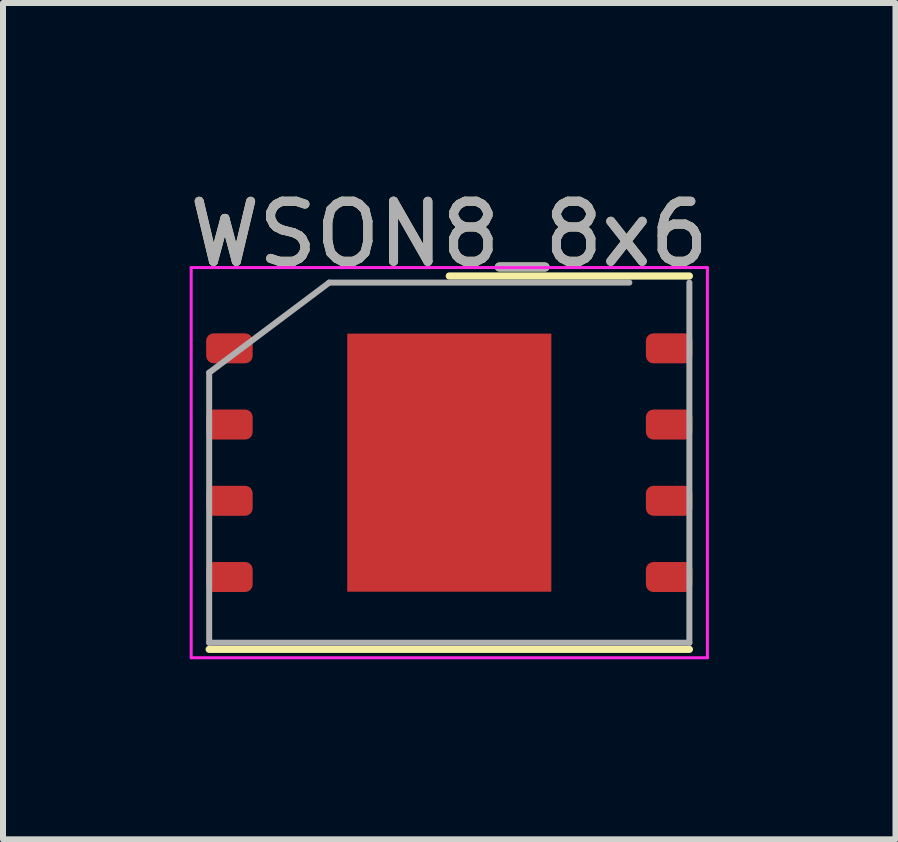
<source format=kicad_pcb>
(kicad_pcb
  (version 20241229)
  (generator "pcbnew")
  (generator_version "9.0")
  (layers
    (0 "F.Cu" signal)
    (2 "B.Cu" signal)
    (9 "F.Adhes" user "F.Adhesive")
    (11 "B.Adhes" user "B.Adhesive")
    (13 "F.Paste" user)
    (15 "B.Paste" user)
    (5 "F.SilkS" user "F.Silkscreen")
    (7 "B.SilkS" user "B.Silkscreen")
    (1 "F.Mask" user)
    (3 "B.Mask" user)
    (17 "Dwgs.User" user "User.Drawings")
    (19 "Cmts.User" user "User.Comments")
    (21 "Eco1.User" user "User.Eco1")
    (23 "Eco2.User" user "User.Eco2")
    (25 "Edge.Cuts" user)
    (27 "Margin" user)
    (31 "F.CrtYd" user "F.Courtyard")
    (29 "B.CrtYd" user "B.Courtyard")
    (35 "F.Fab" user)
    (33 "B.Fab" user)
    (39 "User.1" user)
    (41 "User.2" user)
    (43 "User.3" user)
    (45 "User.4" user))
  (footprint "WSON8_8x6"
    (layer "F.Cu")
    (at 4.435 4.658)
    (property "Reference" "WSON8_8x6" (at 0 -3.81 0) (layer "F.SilkS") (effects (font (size 1 1) (thickness 0.15))))
    (attr through_hole)
    (fp_line (start -4 3.11) (end 4 3.11) (stroke (width 0.12) (type solid)) (layer "F.SilkS"))
    (fp_line (start 0 -3.11) (end 4 -3.11) (stroke (width 0.12) (type solid)) (layer "F.SilkS"))
    (fp_line (start -4.3 -3.25) (end -4.3 3.25) (stroke (width 0.05) (type solid)) (layer "F.CrtYd"))
    (fp_line (start -4.3 3.25) (end 4.3 3.25) (stroke (width 0.05) (type solid)) (layer "F.CrtYd"))
    (fp_line (start 4.3 -3.25) (end -4.3 -3.25) (stroke (width 0.05) (type solid)) (layer "F.CrtYd"))
    (fp_line (start 4.3 3.25) (end 4.3 -3.25) (stroke (width 0.05) (type solid)) (layer "F.CrtYd"))
    (fp_line (start -4 -1.5) (end -2 -3) (stroke (width 0.1) (type solid)) (layer "F.Fab"))
    (fp_line (start -4 3) (end -4 -1.5) (stroke (width 0.1) (type solid)) (layer "F.Fab"))
    (fp_line (start -2 -3) (end 3 -3) (stroke (width 0.1) (type solid)) (layer "F.Fab"))
    (fp_line (start 4 -3) (end 4 3) (stroke (width 0.1) (type solid)) (layer "F.Fab"))
    (fp_line (start 4 3) (end -4 3) (stroke (width 0.1) (type solid)) (layer "F.Fab"))
    (fp_text user "${REFERENCE}" (at 0 -3.81 0) (layer "F.Fab") (effects (font (size 1 1) (thickness 0.15))))
    (pad "" smd roundrect (at -0.85 -1) (size 1.37 1.61) (layers "F.Paste") (roundrect_rratio 0.182))
    (pad "" smd roundrect (at -0.85 1) (size 1.37 1.61) (layers "F.Paste") (roundrect_rratio 0.182))
    (pad "" smd roundrect (at 0.85 -1) (size 1.37 1.61) (layers "F.Paste") (roundrect_rratio 0.182))
    (pad "" smd roundrect (at 0.85 1) (size 1.37 1.61) (layers "F.Paste") (roundrect_rratio 0.182))
    (pad "1" smd roundrect (at -3.663 -1.905) (size 0.775 0.5) (layers "F.Cu" "F.Mask" "F.Paste") (roundrect_rratio 0.25))
    (pad "2" smd roundrect (at -3.663 -0.635) (size 0.775 0.5) (layers "F.Cu" "F.Mask" "F.Paste") (roundrect_rratio 0.25))
    (pad "3" smd roundrect (at -3.663 0.635) (size 0.775 0.5) (layers "F.Cu" "F.Mask" "F.Paste") (roundrect_rratio 0.25))
    (pad "4" smd roundrect (at -3.663 1.905) (size 0.775 0.5) (layers "F.Cu" "F.Mask" "F.Paste") (roundrect_rratio 0.25))
    (pad "5" smd roundrect (at 3.663 1.905) (size 0.775 0.5) (layers "F.Cu" "F.Mask" "F.Paste") (roundrect_rratio 0.25))
    (pad "6" smd roundrect (at 3.663 0.635) (size 0.775 0.5) (layers "F.Cu" "F.Mask" "F.Paste") (roundrect_rratio 0.25))
    (pad "7" smd roundrect (at 3.663 -0.635) (size 0.775 0.5) (layers "F.Cu" "F.Mask" "F.Paste") (roundrect_rratio 0.25))
    (pad "8" smd roundrect (at 3.663 -1.905) (size 0.775 0.5) (layers "F.Cu" "F.Mask" "F.Paste") (roundrect_rratio 0.25))
    (pad "9" smd rect (at 0 0) (size 3.4 4.3) (layers "F.Cu" "F.Mask")))
  (gr_rect
    (start -3 -3)
    (end 11.869 10.933)
    (stroke (width 0.1) (type default))
    (fill no)
    (layer "Edge.Cuts")))
</source>
